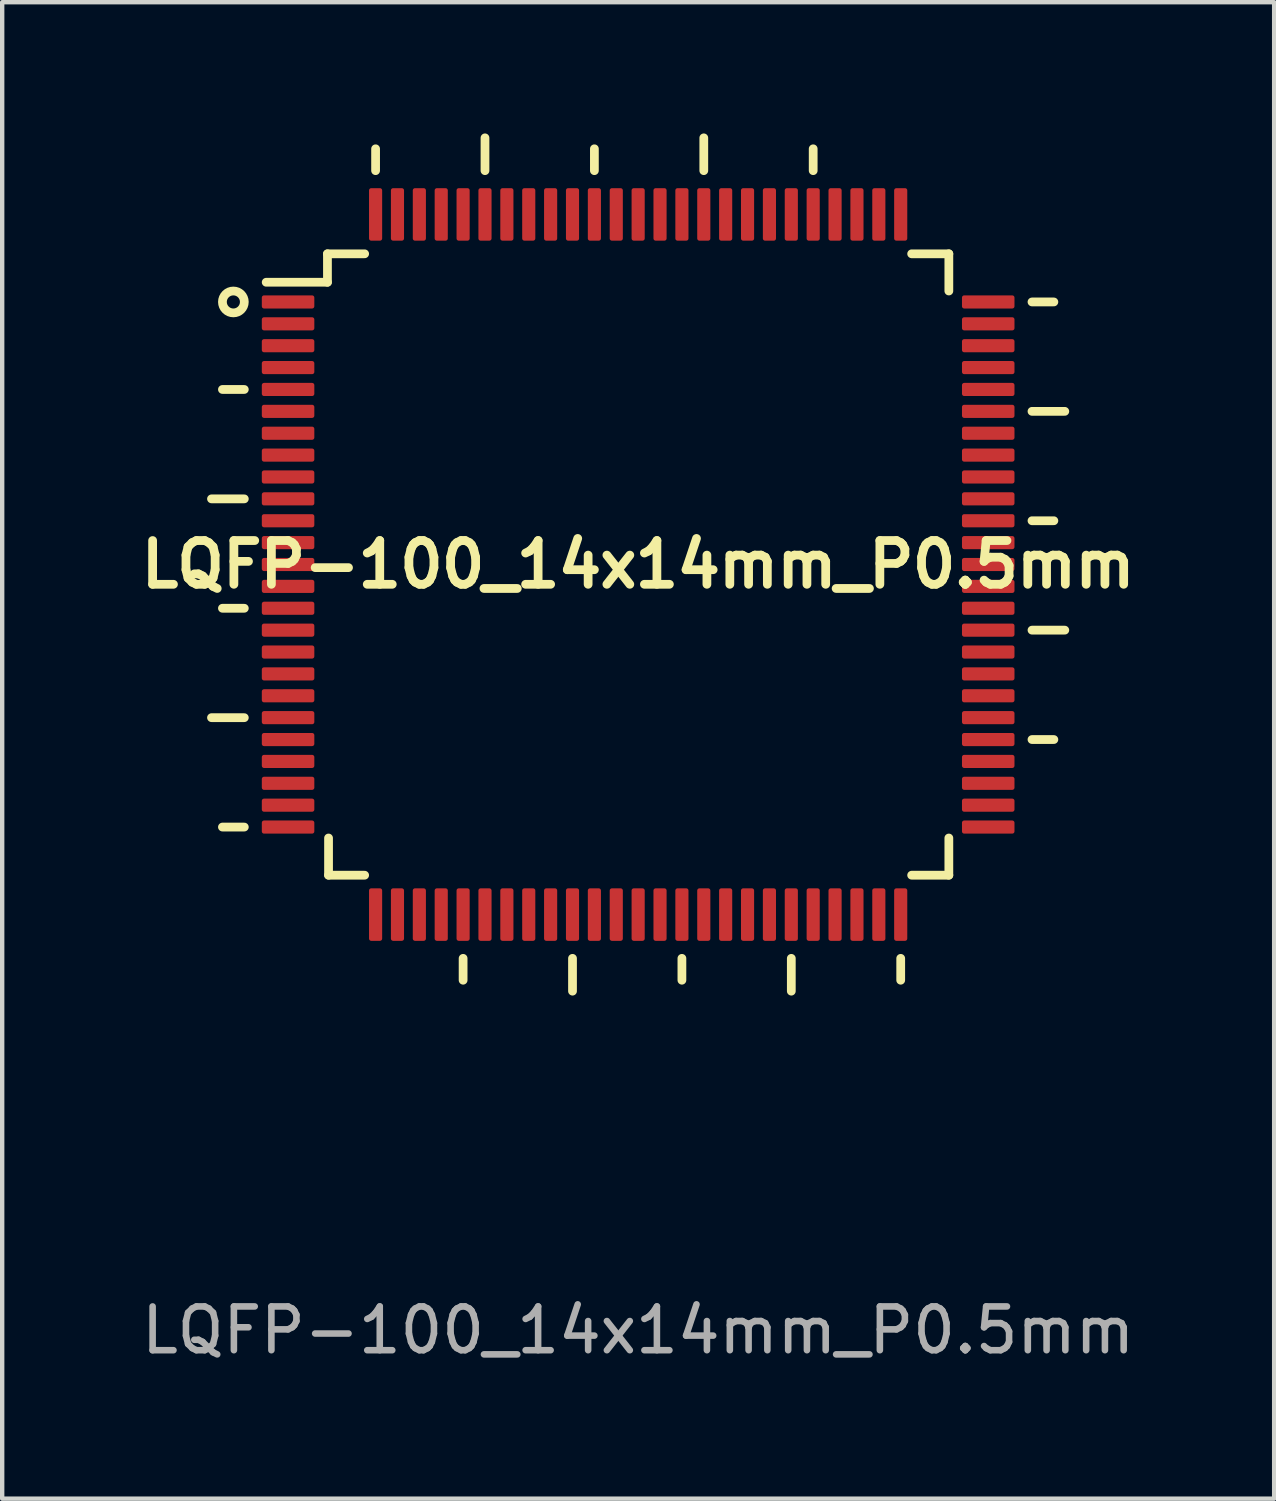
<source format=kicad_pcb>
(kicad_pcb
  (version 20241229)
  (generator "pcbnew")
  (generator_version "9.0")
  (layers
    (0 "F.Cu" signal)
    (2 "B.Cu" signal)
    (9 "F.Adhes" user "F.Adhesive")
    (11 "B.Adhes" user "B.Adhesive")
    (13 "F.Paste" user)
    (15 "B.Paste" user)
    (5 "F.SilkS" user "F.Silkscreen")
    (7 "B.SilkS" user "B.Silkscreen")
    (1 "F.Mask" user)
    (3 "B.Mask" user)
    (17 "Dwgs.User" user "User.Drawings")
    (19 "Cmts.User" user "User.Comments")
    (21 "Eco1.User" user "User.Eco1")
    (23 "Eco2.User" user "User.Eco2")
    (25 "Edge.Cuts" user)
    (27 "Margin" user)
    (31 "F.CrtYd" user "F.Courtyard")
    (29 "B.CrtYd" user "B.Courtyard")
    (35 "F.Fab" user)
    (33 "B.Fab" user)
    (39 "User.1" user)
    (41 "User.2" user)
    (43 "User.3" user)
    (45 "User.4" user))
  (footprint "LQFP-100_14x14mm_P0.5mm"
    (layer "F.Cu")
    (at 11.533 9.85)
    (property "Reference" "LQFP-100_14x14mm_P0.5mm" (at 0 0 0) (unlocked yes) (layer "F.SilkS") (effects (font (size 1 1) (thickness 0.2) (bold yes))))
    (attr smd)
    (fp_line (start -9 -4) (end -9.5 -4) (stroke (width 0.2) (type default)) (layer "F.SilkS"))
    (fp_line (start -9 -1.5) (end -9.75 -1.5) (stroke (width 0.2) (type default)) (layer "F.SilkS"))
    (fp_line (start -9 1) (end -9.5 1) (stroke (width 0.2) (type default)) (layer "F.SilkS"))
    (fp_line (start -9 3.5) (end -9.75 3.5) (stroke (width 0.2) (type default)) (layer "F.SilkS"))
    (fp_line (start -9 6) (end -9.5 6) (stroke (width 0.2) (type default)) (layer "F.SilkS"))
    (fp_line (start -7.1 -7.1) (end -6.25 -7.1) (stroke (width 0.2) (type default)) (layer "F.SilkS"))
    (fp_line (start -7.1 -6.45) (end -8.5 -6.45) (stroke (width 0.2) (type default)) (layer "F.SilkS"))
    (fp_line (start -7.1 -6.45) (end -7.1 -7.1) (stroke (width 0.2) (type default)) (layer "F.SilkS"))
    (fp_line (start -7.075 7.1) (end -7.075 6.25) (stroke (width 0.2) (type default)) (layer "F.SilkS"))
    (fp_line (start -6.25 7.1) (end -7.075 7.1) (stroke (width 0.2) (type default)) (layer "F.SilkS"))
    (fp_line (start -6 -9) (end -6 -9.5) (stroke (width 0.2) (type default)) (layer "F.SilkS"))
    (fp_line (start -4 9) (end -4 9.5) (stroke (width 0.2) (type default)) (layer "F.SilkS"))
    (fp_line (start -3.5 -9) (end -3.5 -9.75) (stroke (width 0.2) (type default)) (layer "F.SilkS"))
    (fp_line (start -1.5 9) (end -1.5 9.75) (stroke (width 0.2) (type default)) (layer "F.SilkS"))
    (fp_line (start -1 -9) (end -1 -9.5) (stroke (width 0.2) (type default)) (layer "F.SilkS"))
    (fp_line (start 1 9) (end 1 9.5) (stroke (width 0.2) (type default)) (layer "F.SilkS"))
    (fp_line (start 1.5 -9) (end 1.5 -9.75) (stroke (width 0.2) (type default)) (layer "F.SilkS"))
    (fp_line (start 3.5 9) (end 3.5 9.75) (stroke (width 0.2) (type default)) (layer "F.SilkS"))
    (fp_line (start 4 -9) (end 4 -9.5) (stroke (width 0.2) (type default)) (layer "F.SilkS"))
    (fp_line (start 6 9) (end 6 9.5) (stroke (width 0.2) (type default)) (layer "F.SilkS"))
    (fp_line (start 6.25 -7.1) (end 7.1 -7.1) (stroke (width 0.2) (type default)) (layer "F.SilkS"))
    (fp_line (start 7.1 -7.1) (end 7.1 -6.25) (stroke (width 0.2) (type default)) (layer "F.SilkS"))
    (fp_line (start 7.1 6.25) (end 7.1 7.1) (stroke (width 0.2) (type default)) (layer "F.SilkS"))
    (fp_line (start 7.1 7.1) (end 6.25 7.1) (stroke (width 0.2) (type default)) (layer "F.SilkS"))
    (fp_line (start 9 -6) (end 9.5 -6) (stroke (width 0.2) (type default)) (layer "F.SilkS"))
    (fp_line (start 9 -3.5) (end 9.75 -3.5) (stroke (width 0.2) (type default)) (layer "F.SilkS"))
    (fp_line (start 9 -1) (end 9.5 -1) (stroke (width 0.2) (type default)) (layer "F.SilkS"))
    (fp_line (start 9 1.5) (end 9.75 1.5) (stroke (width 0.2) (type default)) (layer "F.SilkS"))
    (fp_line (start 9 4) (end 9.5 4) (stroke (width 0.2) (type default)) (layer "F.SilkS"))
    (fp_circle (center -9.25 -6) (end -9 -6) (stroke (width 0.2) (type default)) (fill no) (layer "F.SilkS"))
    (fp_rect (start -6.9 -6.9) (end 6.9 6.9) (stroke (width 0.2) (type default)) (fill no) (layer "User.1"))
    (fp_text user "${REFERENCE}" (at 0 17.5 0) (unlocked yes) (layer "F.Fab") (effects (font (size 1 1) (thickness 0.15))))
    (pad "1" smd roundrect (at -8 -6) (size 1.2 0.3) (layers "F.Cu" "F.Mask" "F.Paste") (roundrect_rratio 0.167))
    (pad "2" smd roundrect (at -8 -5.5) (size 1.2 0.3) (layers "F.Cu" "F.Mask" "F.Paste") (roundrect_rratio 0.167))
    (pad "3" smd roundrect (at -8 -5) (size 1.2 0.3) (layers "F.Cu" "F.Mask" "F.Paste") (roundrect_rratio 0.167))
    (pad "4" smd roundrect (at -8 -4.5) (size 1.2 0.3) (layers "F.Cu" "F.Mask" "F.Paste") (roundrect_rratio 0.167))
    (pad "5" smd roundrect (at -8 -4) (size 1.2 0.3) (layers "F.Cu" "F.Mask" "F.Paste") (roundrect_rratio 0.167))
    (pad "6" smd roundrect (at -8 -3.5) (size 1.2 0.3) (layers "F.Cu" "F.Mask" "F.Paste") (roundrect_rratio 0.167))
    (pad "7" smd roundrect (at -8 -3) (size 1.2 0.3) (layers "F.Cu" "F.Mask" "F.Paste") (roundrect_rratio 0.167))
    (pad "8" smd roundrect (at -8 -2.5) (size 1.2 0.3) (layers "F.Cu" "F.Mask" "F.Paste") (roundrect_rratio 0.167))
    (pad "9" smd roundrect (at -8 -2) (size 1.2 0.3) (layers "F.Cu" "F.Mask" "F.Paste") (roundrect_rratio 0.167))
    (pad "10" smd roundrect (at -8 -1.5) (size 1.2 0.3) (layers "F.Cu" "F.Mask" "F.Paste") (roundrect_rratio 0.167))
    (pad "11" smd roundrect (at -8 -1) (size 1.2 0.3) (layers "F.Cu" "F.Mask" "F.Paste") (roundrect_rratio 0.167))
    (pad "12" smd roundrect (at -8 -0.5) (size 1.2 0.3) (layers "F.Cu" "F.Mask" "F.Paste") (roundrect_rratio 0.167))
    (pad "13" smd roundrect (at -8 0) (size 1.2 0.3) (layers "F.Cu" "F.Mask" "F.Paste") (roundrect_rratio 0.167))
    (pad "14" smd roundrect (at -8 0.5) (size 1.2 0.3) (layers "F.Cu" "F.Mask" "F.Paste") (roundrect_rratio 0.167))
    (pad "15" smd roundrect (at -8 1) (size 1.2 0.3) (layers "F.Cu" "F.Mask" "F.Paste") (roundrect_rratio 0.167))
    (pad "16" smd roundrect (at -8 1.5) (size 1.2 0.3) (layers "F.Cu" "F.Mask" "F.Paste") (roundrect_rratio 0.167))
    (pad "17" smd roundrect (at -8 2) (size 1.2 0.3) (layers "F.Cu" "F.Mask" "F.Paste") (roundrect_rratio 0.167))
    (pad "18" smd roundrect (at -8 2.5) (size 1.2 0.3) (layers "F.Cu" "F.Mask" "F.Paste") (roundrect_rratio 0.167))
    (pad "19" smd roundrect (at -8 3) (size 1.2 0.3) (layers "F.Cu" "F.Mask" "F.Paste") (roundrect_rratio 0.167))
    (pad "20" smd roundrect (at -8 3.5) (size 1.2 0.3) (layers "F.Cu" "F.Mask" "F.Paste") (roundrect_rratio 0.167))
    (pad "21" smd roundrect (at -8 4) (size 1.2 0.3) (layers "F.Cu" "F.Mask" "F.Paste") (roundrect_rratio 0.167))
    (pad "22" smd roundrect (at -8 4.5) (size 1.2 0.3) (layers "F.Cu" "F.Mask" "F.Paste") (roundrect_rratio 0.167))
    (pad "23" smd roundrect (at -8 5) (size 1.2 0.3) (layers "F.Cu" "F.Mask" "F.Paste") (roundrect_rratio 0.167))
    (pad "24" smd roundrect (at -8 5.5) (size 1.2 0.3) (layers "F.Cu" "F.Mask" "F.Paste") (roundrect_rratio 0.167))
    (pad "25" smd roundrect (at -8 6) (size 1.2 0.3) (layers "F.Cu" "F.Mask" "F.Paste") (roundrect_rratio 0.167))
    (pad "26" smd roundrect (at -6 8 270) (size 1.2 0.3) (layers "F.Cu" "F.Mask" "F.Paste") (roundrect_rratio 0.167))
    (pad "27" smd roundrect (at -5.5 8 270) (size 1.2 0.3) (layers "F.Cu" "F.Mask" "F.Paste") (roundrect_rratio 0.167))
    (pad "28" smd roundrect (at -5 8 270) (size 1.2 0.3) (layers "F.Cu" "F.Mask" "F.Paste") (roundrect_rratio 0.167))
    (pad "29" smd roundrect (at -4.5 8 270) (size 1.2 0.3) (layers "F.Cu" "F.Mask" "F.Paste") (roundrect_rratio 0.167))
    (pad "30" smd roundrect (at -4 8 270) (size 1.2 0.3) (layers "F.Cu" "F.Mask" "F.Paste") (roundrect_rratio 0.167))
    (pad "31" smd roundrect (at -3.5 8 270) (size 1.2 0.3) (layers "F.Cu" "F.Mask" "F.Paste") (roundrect_rratio 0.167))
    (pad "32" smd roundrect (at -3 8 270) (size 1.2 0.3) (layers "F.Cu" "F.Mask" "F.Paste") (roundrect_rratio 0.167))
    (pad "33" smd roundrect (at -2.5 8 270) (size 1.2 0.3) (layers "F.Cu" "F.Mask" "F.Paste") (roundrect_rratio 0.167))
    (pad "34" smd roundrect (at -2 8 270) (size 1.2 0.3) (layers "F.Cu" "F.Mask" "F.Paste") (roundrect_rratio 0.167))
    (pad "35" smd roundrect (at -1.5 8 270) (size 1.2 0.3) (layers "F.Cu" "F.Mask" "F.Paste") (roundrect_rratio 0.167))
    (pad "36" smd roundrect (at -1 8 270) (size 1.2 0.3) (layers "F.Cu" "F.Mask" "F.Paste") (roundrect_rratio 0.167))
    (pad "37" smd roundrect (at -0.5 8 270) (size 1.2 0.3) (layers "F.Cu" "F.Mask" "F.Paste") (roundrect_rratio 0.167))
    (pad "38" smd roundrect (at 0 8 270) (size 1.2 0.3) (layers "F.Cu" "F.Mask" "F.Paste") (roundrect_rratio 0.167))
    (pad "39" smd roundrect (at 0.5 8 270) (size 1.2 0.3) (layers "F.Cu" "F.Mask" "F.Paste") (roundrect_rratio 0.167))
    (pad "40" smd roundrect (at 1 8 270) (size 1.2 0.3) (layers "F.Cu" "F.Mask" "F.Paste") (roundrect_rratio 0.167))
    (pad "41" smd roundrect (at 1.5 8 270) (size 1.2 0.3) (layers "F.Cu" "F.Mask" "F.Paste") (roundrect_rratio 0.167))
    (pad "42" smd roundrect (at 2 8 270) (size 1.2 0.3) (layers "F.Cu" "F.Mask" "F.Paste") (roundrect_rratio 0.167))
    (pad "43" smd roundrect (at 2.5 8 270) (size 1.2 0.3) (layers "F.Cu" "F.Mask" "F.Paste") (roundrect_rratio 0.167))
    (pad "44" smd roundrect (at 3 8 270) (size 1.2 0.3) (layers "F.Cu" "F.Mask" "F.Paste") (roundrect_rratio 0.167))
    (pad "45" smd roundrect (at 3.5 8 270) (size 1.2 0.3) (layers "F.Cu" "F.Mask" "F.Paste") (roundrect_rratio 0.167))
    (pad "46" smd roundrect (at 4 8 270) (size 1.2 0.3) (layers "F.Cu" "F.Mask" "F.Paste") (roundrect_rratio 0.167))
    (pad "47" smd roundrect (at 4.5 8 270) (size 1.2 0.3) (layers "F.Cu" "F.Mask" "F.Paste") (roundrect_rratio 0.167))
    (pad "48" smd roundrect (at 5 8 270) (size 1.2 0.3) (layers "F.Cu" "F.Mask" "F.Paste") (roundrect_rratio 0.167))
    (pad "49" smd roundrect (at 5.5 8 270) (size 1.2 0.3) (layers "F.Cu" "F.Mask" "F.Paste") (roundrect_rratio 0.167))
    (pad "50" smd roundrect (at 6 8 270) (size 1.2 0.3) (layers "F.Cu" "F.Mask" "F.Paste") (roundrect_rratio 0.167))
    (pad "51" smd roundrect (at 8 6) (size 1.2 0.3) (layers "F.Cu" "F.Mask" "F.Paste") (roundrect_rratio 0.167))
    (pad "52" smd roundrect (at 8 5.5) (size 1.2 0.3) (layers "F.Cu" "F.Mask" "F.Paste") (roundrect_rratio 0.167))
    (pad "53" smd roundrect (at 8 5) (size 1.2 0.3) (layers "F.Cu" "F.Mask" "F.Paste") (roundrect_rratio 0.167))
    (pad "54" smd roundrect (at 8 4.5) (size 1.2 0.3) (layers "F.Cu" "F.Mask" "F.Paste") (roundrect_rratio 0.167))
    (pad "55" smd roundrect (at 8 4) (size 1.2 0.3) (layers "F.Cu" "F.Mask" "F.Paste") (roundrect_rratio 0.167))
    (pad "56" smd roundrect (at 8 3.5) (size 1.2 0.3) (layers "F.Cu" "F.Mask" "F.Paste") (roundrect_rratio 0.167))
    (pad "57" smd roundrect (at 8 3) (size 1.2 0.3) (layers "F.Cu" "F.Mask" "F.Paste") (roundrect_rratio 0.167))
    (pad "58" smd roundrect (at 8 2.5) (size 1.2 0.3) (layers "F.Cu" "F.Mask" "F.Paste") (roundrect_rratio 0.167))
    (pad "59" smd roundrect (at 8 2) (size 1.2 0.3) (layers "F.Cu" "F.Mask" "F.Paste") (roundrect_rratio 0.167))
    (pad "60" smd roundrect (at 8 1.5) (size 1.2 0.3) (layers "F.Cu" "F.Mask" "F.Paste") (roundrect_rratio 0.167))
    (pad "61" smd roundrect (at 8 1) (size 1.2 0.3) (layers "F.Cu" "F.Mask" "F.Paste") (roundrect_rratio 0.167))
    (pad "62" smd roundrect (at 8 0.5) (size 1.2 0.3) (layers "F.Cu" "F.Mask" "F.Paste") (roundrect_rratio 0.167))
    (pad "63" smd roundrect (at 8 0) (size 1.2 0.3) (layers "F.Cu" "F.Mask" "F.Paste") (roundrect_rratio 0.167))
    (pad "64" smd roundrect (at 8 -0.5) (size 1.2 0.3) (layers "F.Cu" "F.Mask" "F.Paste") (roundrect_rratio 0.167))
    (pad "65" smd roundrect (at 8 -1) (size 1.2 0.3) (layers "F.Cu" "F.Mask" "F.Paste") (roundrect_rratio 0.167))
    (pad "66" smd roundrect (at 8 -1.5) (size 1.2 0.3) (layers "F.Cu" "F.Mask" "F.Paste") (roundrect_rratio 0.167))
    (pad "67" smd roundrect (at 8 -2) (size 1.2 0.3) (layers "F.Cu" "F.Mask" "F.Paste") (roundrect_rratio 0.167))
    (pad "68" smd roundrect (at 8 -2.5) (size 1.2 0.3) (layers "F.Cu" "F.Mask" "F.Paste") (roundrect_rratio 0.167))
    (pad "69" smd roundrect (at 8 -3) (size 1.2 0.3) (layers "F.Cu" "F.Mask" "F.Paste") (roundrect_rratio 0.167))
    (pad "70" smd roundrect (at 8 -3.5) (size 1.2 0.3) (layers "F.Cu" "F.Mask" "F.Paste") (roundrect_rratio 0.167))
    (pad "71" smd roundrect (at 8 -4) (size 1.2 0.3) (layers "F.Cu" "F.Mask" "F.Paste") (roundrect_rratio 0.167))
    (pad "72" smd roundrect (at 8 -4.5) (size 1.2 0.3) (layers "F.Cu" "F.Mask" "F.Paste") (roundrect_rratio 0.167))
    (pad "73" smd roundrect (at 8 -5) (size 1.2 0.3) (layers "F.Cu" "F.Mask" "F.Paste") (roundrect_rratio 0.167))
    (pad "74" smd roundrect (at 8 -5.5) (size 1.2 0.3) (layers "F.Cu" "F.Mask" "F.Paste") (roundrect_rratio 0.167))
    (pad "75" smd roundrect (at 8 -6) (size 1.2 0.3) (layers "F.Cu" "F.Mask" "F.Paste") (roundrect_rratio 0.167))
    (pad "76" smd roundrect (at 6 -8 270) (size 1.2 0.3) (layers "F.Cu" "F.Mask" "F.Paste") (roundrect_rratio 0.167))
    (pad "77" smd roundrect (at 5.5 -8 270) (size 1.2 0.3) (layers "F.Cu" "F.Mask" "F.Paste") (roundrect_rratio 0.167))
    (pad "78" smd roundrect (at 5 -8 270) (size 1.2 0.3) (layers "F.Cu" "F.Mask" "F.Paste") (roundrect_rratio 0.167))
    (pad "79" smd roundrect (at 4.5 -8 270) (size 1.2 0.3) (layers "F.Cu" "F.Mask" "F.Paste") (roundrect_rratio 0.167))
    (pad "80" smd roundrect (at 4 -8 270) (size 1.2 0.3) (layers "F.Cu" "F.Mask" "F.Paste") (roundrect_rratio 0.167))
    (pad "81" smd roundrect (at 3.5 -8 270) (size 1.2 0.3) (layers "F.Cu" "F.Mask" "F.Paste") (roundrect_rratio 0.167))
    (pad "82" smd roundrect (at 3 -8 270) (size 1.2 0.3) (layers "F.Cu" "F.Mask" "F.Paste") (roundrect_rratio 0.167))
    (pad "83" smd roundrect (at 2.5 -8 270) (size 1.2 0.3) (layers "F.Cu" "F.Mask" "F.Paste") (roundrect_rratio 0.167))
    (pad "84" smd roundrect (at 2 -8 270) (size 1.2 0.3) (layers "F.Cu" "F.Mask" "F.Paste") (roundrect_rratio 0.167))
    (pad "85" smd roundrect (at 1.5 -8 270) (size 1.2 0.3) (layers "F.Cu" "F.Mask" "F.Paste") (roundrect_rratio 0.167))
    (pad "86" smd roundrect (at 1 -8 270) (size 1.2 0.3) (layers "F.Cu" "F.Mask" "F.Paste") (roundrect_rratio 0.167))
    (pad "87" smd roundrect (at 0.5 -8 270) (size 1.2 0.3) (layers "F.Cu" "F.Mask" "F.Paste") (roundrect_rratio 0.167))
    (pad "88" smd roundrect (at 0 -8 270) (size 1.2 0.3) (layers "F.Cu" "F.Mask" "F.Paste") (roundrect_rratio 0.167))
    (pad "89" smd roundrect (at -0.5 -8 270) (size 1.2 0.3) (layers "F.Cu" "F.Mask" "F.Paste") (roundrect_rratio 0.167))
    (pad "90" smd roundrect (at -1 -8 270) (size 1.2 0.3) (layers "F.Cu" "F.Mask" "F.Paste") (roundrect_rratio 0.167))
    (pad "91" smd roundrect (at -1.5 -8 270) (size 1.2 0.3) (layers "F.Cu" "F.Mask" "F.Paste") (roundrect_rratio 0.167))
    (pad "92" smd roundrect (at -2 -8 270) (size 1.2 0.3) (layers "F.Cu" "F.Mask" "F.Paste") (roundrect_rratio 0.167))
    (pad "93" smd roundrect (at -2.5 -8 270) (size 1.2 0.3) (layers "F.Cu" "F.Mask" "F.Paste") (roundrect_rratio 0.167))
    (pad "94" smd roundrect (at -3 -8 270) (size 1.2 0.3) (layers "F.Cu" "F.Mask" "F.Paste") (roundrect_rratio 0.167))
    (pad "95" smd roundrect (at -3.5 -8 270) (size 1.2 0.3) (layers "F.Cu" "F.Mask" "F.Paste") (roundrect_rratio 0.167))
    (pad "96" smd roundrect (at -4 -8 270) (size 1.2 0.3) (layers "F.Cu" "F.Mask" "F.Paste") (roundrect_rratio 0.167))
    (pad "97" smd roundrect (at -4.5 -8 270) (size 1.2 0.3) (layers "F.Cu" "F.Mask" "F.Paste") (roundrect_rratio 0.167))
    (pad "98" smd roundrect (at -5 -8 270) (size 1.2 0.3) (layers "F.Cu" "F.Mask" "F.Paste") (roundrect_rratio 0.167))
    (pad "99" smd roundrect (at -5.5 -8 270) (size 1.2 0.3) (layers "F.Cu" "F.Mask" "F.Paste") (roundrect_rratio 0.167))
    (pad "100" smd roundrect (at -6 -8 270) (size 1.2 0.3) (layers "F.Cu" "F.Mask" "F.Paste") (roundrect_rratio 0.167)))
  (gr_rect
    (start -3 -3)
    (end 26.067 31.198)
    (stroke (width 0.1) (type default))
    (fill no)
    (layer "Edge.Cuts")))
</source>
